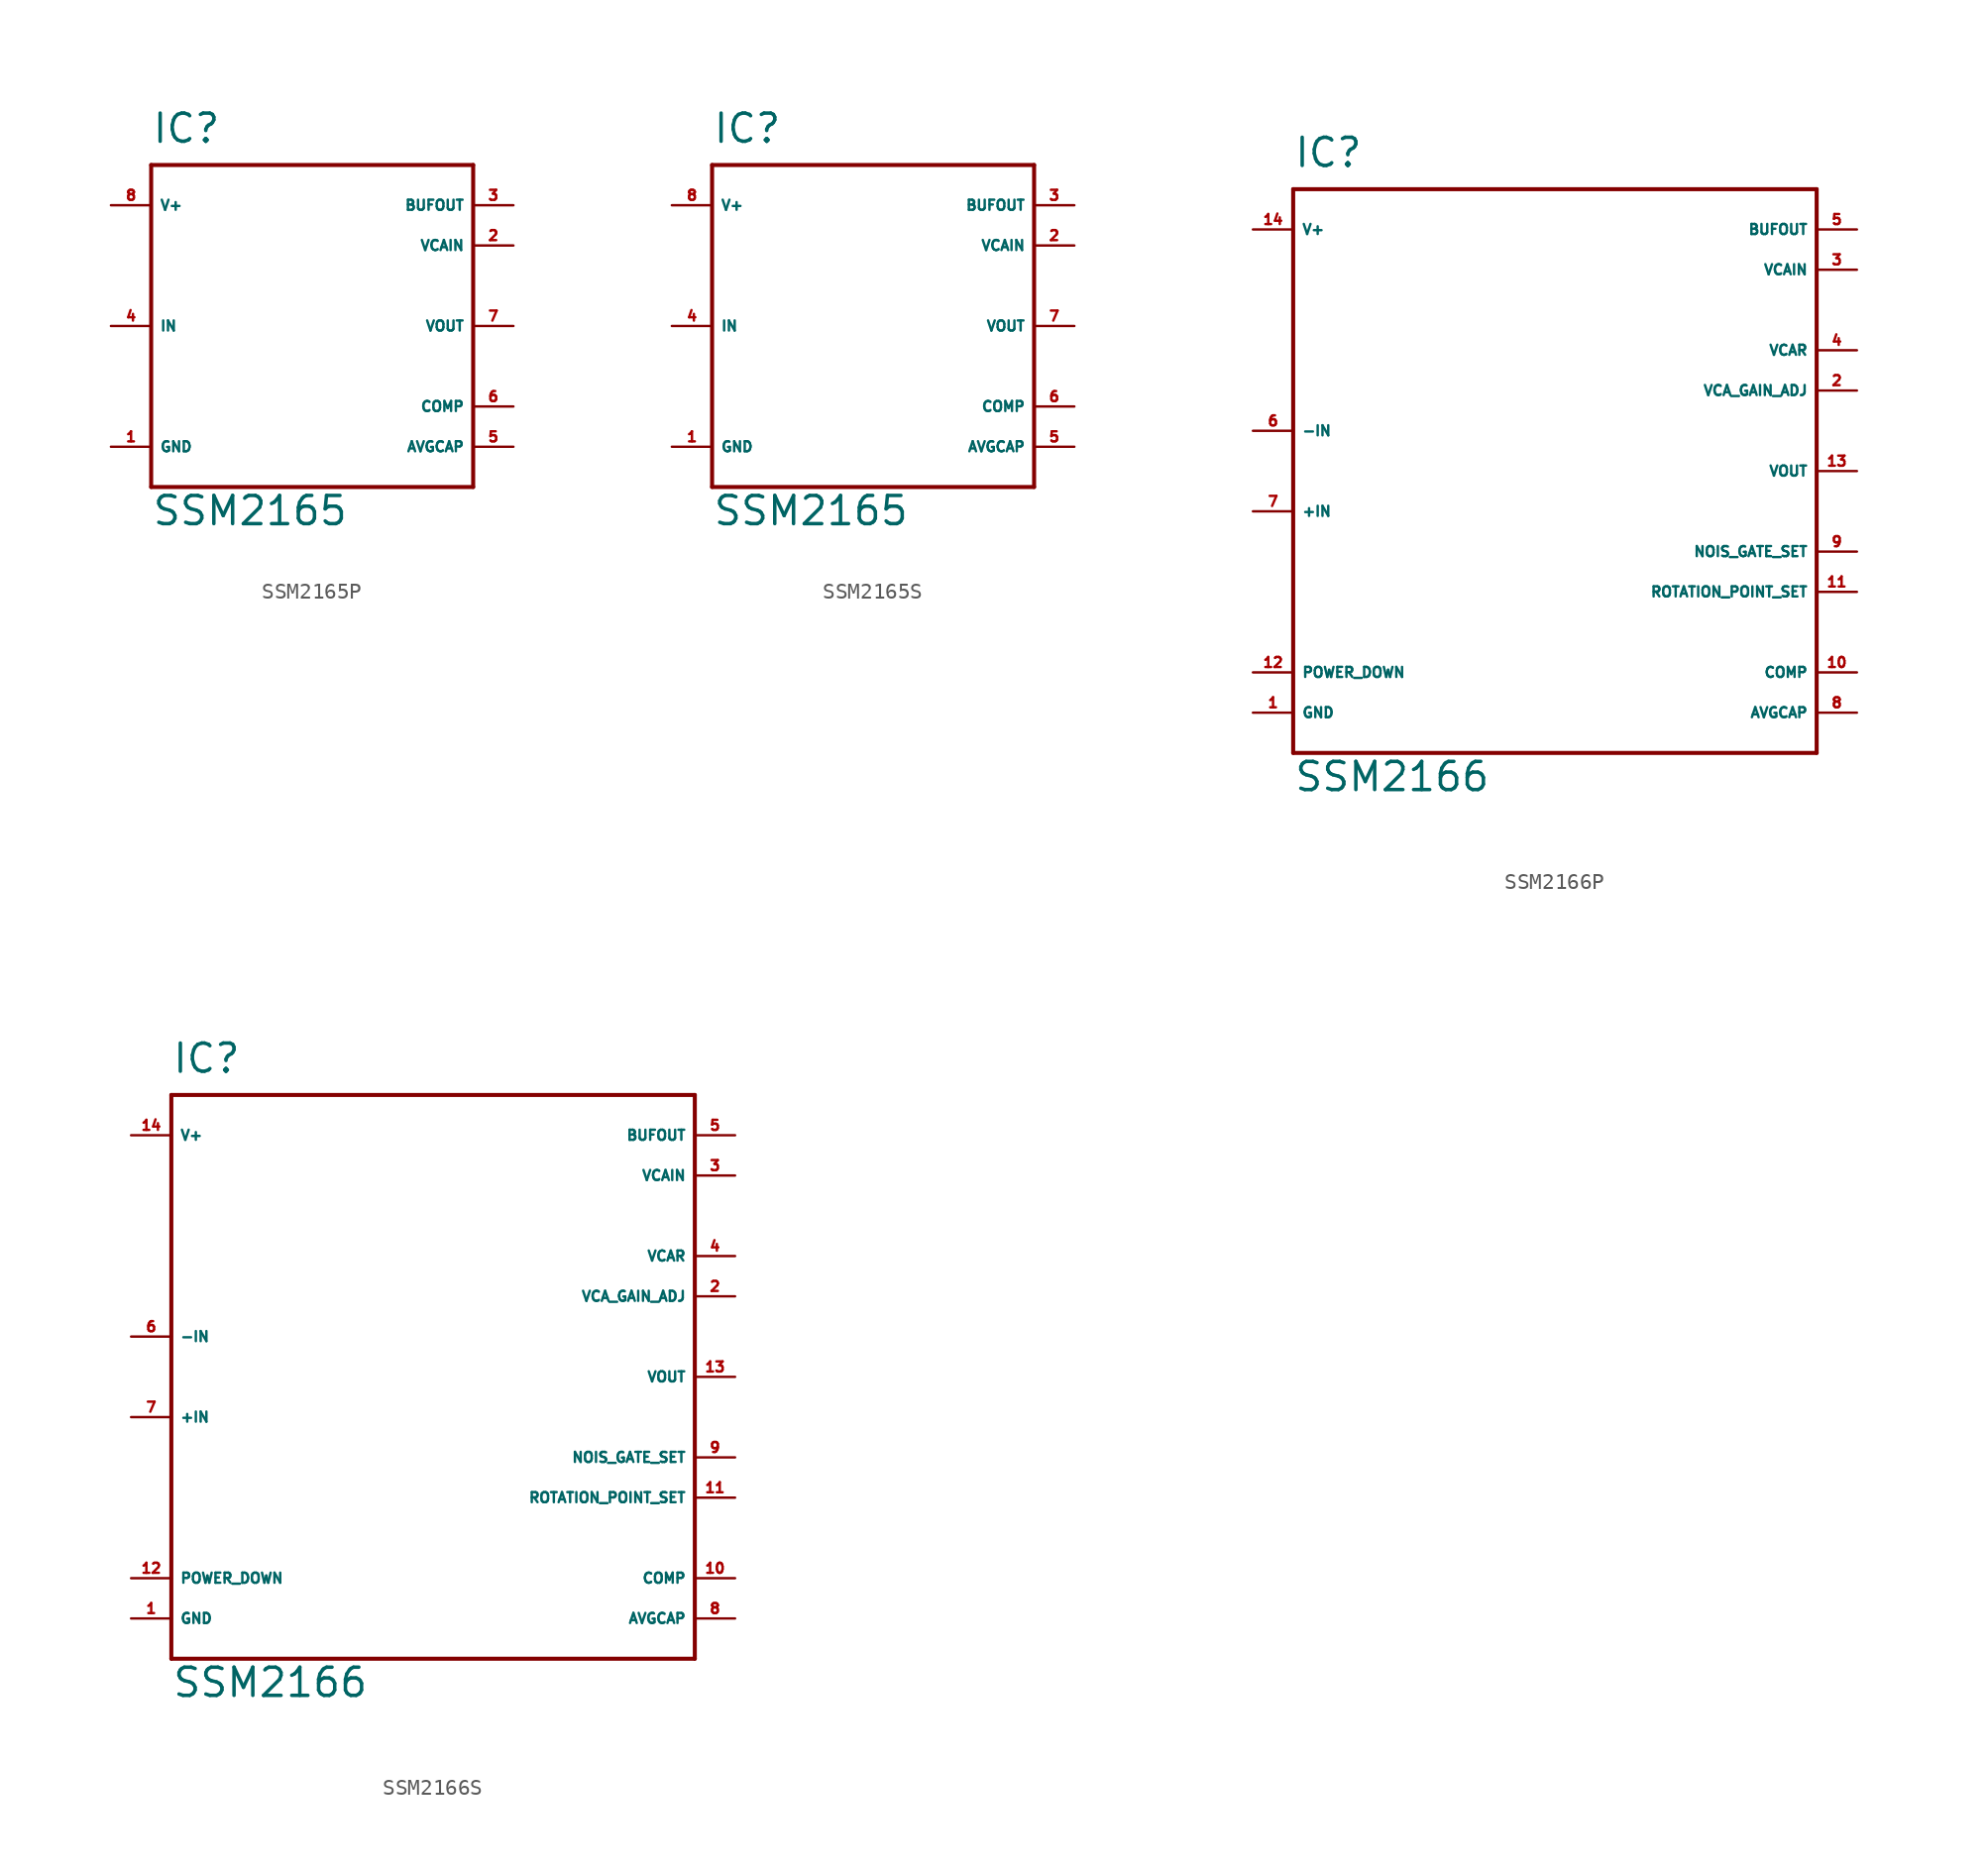
<source format=kicad_sym>
(kicad_symbol_lib
  (version 20220914)
  (generator Eagle2Kicad)
  (symbol "SSM2165P"
    (property "Reference" "IC"
      (at -7.62 11.43 0)
      (effects (font (size 1.778 1.778) (thickness 0.22)) (justify left bottom)))
    (property "Value" "SSM2165"
      (at -7.62 -12.7 0)
      (effects (font (size 1.778 1.778) (thickness 0.22)) (justify left bottom)))
    (polyline
      (pts (xy -7.62 10.16) (xy 12.7 10.16))
      (stroke (width 0.254) (type default))
      (fill (type none)))
    (polyline
      (pts (xy 12.7 10.16) (xy 12.7 -10.16))
      (stroke (width 0.254) (type default))
      (fill (type none)))
    (polyline
      (pts (xy 12.7 -10.16) (xy -7.62 -10.16))
      (stroke (width 0.254) (type default))
      (fill (type none)))
    (polyline
      (pts (xy -7.62 -10.16) (xy -7.62 10.16))
      (stroke (width 0.254) (type default))
      (fill (type none)))
    (pin input line
      (at -10.16 0 0)
      (length 2.54)
      (name "IN" (effects (font (size 0.635 0.635) (thickness 0.08)) (justify left bottom)))
      (number "4" (effects (font (size 0.635 0.635) (thickness 0.08)) (justify left bottom))))
    (pin unspecified line
      (at -10.16 7.62 0)
      (length 2.54)
      (name "V+" (effects (font (size 0.635 0.635) (thickness 0.08)) (justify left bottom)))
      (number "8" (effects (font (size 0.635 0.635) (thickness 0.08)) (justify left bottom))))
    (pin unspecified line
      (at -10.16 -7.62 0)
      (length 2.54)
      (name "GND" (effects (font (size 0.635 0.635) (thickness 0.08)) (justify left bottom)))
      (number "1" (effects (font (size 0.635 0.635) (thickness 0.08)) (justify left bottom))))
    (pin output line
      (at 15.24 7.62 180)
      (length 2.54)
      (name "BUFOUT" (effects (font (size 0.635 0.635) (thickness 0.08)) (justify left bottom)))
      (number "3" (effects (font (size 0.635 0.635) (thickness 0.08)) (justify left bottom))))
    (pin output line
      (at 15.24 0 180)
      (length 2.54)
      (name "VOUT" (effects (font (size 0.635 0.635) (thickness 0.08)) (justify left bottom)))
      (number "7" (effects (font (size 0.635 0.635) (thickness 0.08)) (justify left bottom))))
    (pin input line
      (at 15.24 5.08 180)
      (length 2.54)
      (name "VCAIN" (effects (font (size 0.635 0.635) (thickness 0.08)) (justify left bottom)))
      (number "2" (effects (font (size 0.635 0.635) (thickness 0.08)) (justify left bottom))))
    (pin passive line
      (at 15.24 -7.62 180)
      (length 2.54)
      (name "AVGCAP" (effects (font (size 0.635 0.635) (thickness 0.08)) (justify left bottom)))
      (number "5" (effects (font (size 0.635 0.635) (thickness 0.08)) (justify left bottom))))
    (pin passive line
      (at 15.24 -5.08 180)
      (length 2.54)
      (name "COMP" (effects (font (size 0.635 0.635) (thickness 0.08)) (justify left bottom)))
      (number "6" (effects (font (size 0.635 0.635) (thickness 0.08)) (justify left bottom)))))
  (symbol "SSM2165S"
    (property "Reference" "IC"
      (at -7.62 11.43 0)
      (effects (font (size 1.778 1.778) (thickness 0.22)) (justify left bottom)))
    (property "Value" "SSM2165"
      (at -7.62 -12.7 0)
      (effects (font (size 1.778 1.778) (thickness 0.22)) (justify left bottom)))
    (polyline
      (pts (xy -7.62 10.16) (xy 12.7 10.16))
      (stroke (width 0.254) (type default))
      (fill (type none)))
    (polyline
      (pts (xy 12.7 10.16) (xy 12.7 -10.16))
      (stroke (width 0.254) (type default))
      (fill (type none)))
    (polyline
      (pts (xy 12.7 -10.16) (xy -7.62 -10.16))
      (stroke (width 0.254) (type default))
      (fill (type none)))
    (polyline
      (pts (xy -7.62 -10.16) (xy -7.62 10.16))
      (stroke (width 0.254) (type default))
      (fill (type none)))
    (pin input line
      (at -10.16 0 0)
      (length 2.54)
      (name "IN" (effects (font (size 0.635 0.635) (thickness 0.08)) (justify left bottom)))
      (number "4" (effects (font (size 0.635 0.635) (thickness 0.08)) (justify left bottom))))
    (pin unspecified line
      (at -10.16 7.62 0)
      (length 2.54)
      (name "V+" (effects (font (size 0.635 0.635) (thickness 0.08)) (justify left bottom)))
      (number "8" (effects (font (size 0.635 0.635) (thickness 0.08)) (justify left bottom))))
    (pin unspecified line
      (at -10.16 -7.62 0)
      (length 2.54)
      (name "GND" (effects (font (size 0.635 0.635) (thickness 0.08)) (justify left bottom)))
      (number "1" (effects (font (size 0.635 0.635) (thickness 0.08)) (justify left bottom))))
    (pin output line
      (at 15.24 7.62 180)
      (length 2.54)
      (name "BUFOUT" (effects (font (size 0.635 0.635) (thickness 0.08)) (justify left bottom)))
      (number "3" (effects (font (size 0.635 0.635) (thickness 0.08)) (justify left bottom))))
    (pin output line
      (at 15.24 0 180)
      (length 2.54)
      (name "VOUT" (effects (font (size 0.635 0.635) (thickness 0.08)) (justify left bottom)))
      (number "7" (effects (font (size 0.635 0.635) (thickness 0.08)) (justify left bottom))))
    (pin input line
      (at 15.24 5.08 180)
      (length 2.54)
      (name "VCAIN" (effects (font (size 0.635 0.635) (thickness 0.08)) (justify left bottom)))
      (number "2" (effects (font (size 0.635 0.635) (thickness 0.08)) (justify left bottom))))
    (pin passive line
      (at 15.24 -7.62 180)
      (length 2.54)
      (name "AVGCAP" (effects (font (size 0.635 0.635) (thickness 0.08)) (justify left bottom)))
      (number "5" (effects (font (size 0.635 0.635) (thickness 0.08)) (justify left bottom))))
    (pin passive line
      (at 15.24 -5.08 180)
      (length 2.54)
      (name "COMP" (effects (font (size 0.635 0.635) (thickness 0.08)) (justify left bottom)))
      (number "6" (effects (font (size 0.635 0.635) (thickness 0.08)) (justify left bottom)))))
  (symbol "SSM2166P"
    (property "Reference" "IC"
      (at -15.24 19.05 0)
      (effects (font (size 1.778 1.778) (thickness 0.22)) (justify left bottom)))
    (property "Value" "SSM2166"
      (at -15.24 -20.32 0)
      (effects (font (size 1.778 1.778) (thickness 0.22)) (justify left bottom)))
    (polyline
      (pts (xy -15.24 17.78) (xy 17.78 17.78))
      (stroke (width 0.254) (type default))
      (fill (type none)))
    (polyline
      (pts (xy 17.78 17.78) (xy 17.78 -17.78))
      (stroke (width 0.254) (type default))
      (fill (type none)))
    (polyline
      (pts (xy 17.78 -17.78) (xy -15.24 -17.78))
      (stroke (width 0.254) (type default))
      (fill (type none)))
    (polyline
      (pts (xy -15.24 -17.78) (xy -15.24 17.78))
      (stroke (width 0.254) (type default))
      (fill (type none)))
    (pin input line
      (at -17.78 -2.54 0)
      (length 2.54)
      (name "+IN" (effects (font (size 0.635 0.635) (thickness 0.08)) (justify left bottom)))
      (number "7" (effects (font (size 0.635 0.635) (thickness 0.08)) (justify left bottom))))
    (pin unspecified line
      (at -17.78 15.24 0)
      (length 2.54)
      (name "V+" (effects (font (size 0.635 0.635) (thickness 0.08)) (justify left bottom)))
      (number "14" (effects (font (size 0.635 0.635) (thickness 0.08)) (justify left bottom))))
    (pin unspecified line
      (at -17.78 -15.24 0)
      (length 2.54)
      (name "GND" (effects (font (size 0.635 0.635) (thickness 0.08)) (justify left bottom)))
      (number "1" (effects (font (size 0.635 0.635) (thickness 0.08)) (justify left bottom))))
    (pin output line
      (at 20.32 15.24 180)
      (length 2.54)
      (name "BUFOUT" (effects (font (size 0.635 0.635) (thickness 0.08)) (justify left bottom)))
      (number "5" (effects (font (size 0.635 0.635) (thickness 0.08)) (justify left bottom))))
    (pin output line
      (at 20.32 0 180)
      (length 2.54)
      (name "VOUT" (effects (font (size 0.635 0.635) (thickness 0.08)) (justify left bottom)))
      (number "13" (effects (font (size 0.635 0.635) (thickness 0.08)) (justify left bottom))))
    (pin input line
      (at 20.32 12.7 180)
      (length 2.54)
      (name "VCAIN" (effects (font (size 0.635 0.635) (thickness 0.08)) (justify left bottom)))
      (number "3" (effects (font (size 0.635 0.635) (thickness 0.08)) (justify left bottom))))
    (pin passive line
      (at 20.32 -15.24 180)
      (length 2.54)
      (name "AVGCAP" (effects (font (size 0.635 0.635) (thickness 0.08)) (justify left bottom)))
      (number "8" (effects (font (size 0.635 0.635) (thickness 0.08)) (justify left bottom))))
    (pin passive line
      (at 20.32 -12.7 180)
      (length 2.54)
      (name "COMP" (effects (font (size 0.635 0.635) (thickness 0.08)) (justify left bottom)))
      (number "10" (effects (font (size 0.635 0.635) (thickness 0.08)) (justify left bottom))))
    (pin input line
      (at -17.78 2.54 0)
      (length 2.54)
      (name "-IN" (effects (font (size 0.635 0.635) (thickness 0.08)) (justify left bottom)))
      (number "6" (effects (font (size 0.635 0.635) (thickness 0.08)) (justify left bottom))))
    (pin input line
      (at 20.32 7.62 180)
      (length 2.54)
      (name "VCAR" (effects (font (size 0.635 0.635) (thickness 0.08)) (justify left bottom)))
      (number "4" (effects (font (size 0.635 0.635) (thickness 0.08)) (justify left bottom))))
    (pin input line
      (at 20.32 5.08 180)
      (length 2.54)
      (name "VCA_GAIN_ADJ" (effects (font (size 0.635 0.635) (thickness 0.08)) (justify left bottom)))
      (number "2" (effects (font (size 0.635 0.635) (thickness 0.08)) (justify left bottom))))
    (pin input line
      (at -17.78 -12.7 0)
      (length 2.54)
      (name "POWER_DOWN" (effects (font (size 0.635 0.635) (thickness 0.08)) (justify left bottom)))
      (number "12" (effects (font (size 0.635 0.635) (thickness 0.08)) (justify left bottom))))
    (pin passive line
      (at 20.32 -5.08 180)
      (length 2.54)
      (name "NOIS_GATE_SET" (effects (font (size 0.635 0.635) (thickness 0.08)) (justify left bottom)))
      (number "9" (effects (font (size 0.635 0.635) (thickness 0.08)) (justify left bottom))))
    (pin passive line
      (at 20.32 -7.62 180)
      (length 2.54)
      (name "ROTATION_POINT_SET" (effects (font (size 0.635 0.635) (thickness 0.08)) (justify left bottom)))
      (number "11" (effects (font (size 0.635 0.635) (thickness 0.08)) (justify left bottom)))))
  (symbol "SSM2166S"
    (property "Reference" "IC"
      (at -15.24 19.05 0)
      (effects (font (size 1.778 1.778) (thickness 0.22)) (justify left bottom)))
    (property "Value" "SSM2166"
      (at -15.24 -20.32 0)
      (effects (font (size 1.778 1.778) (thickness 0.22)) (justify left bottom)))
    (polyline
      (pts (xy -15.24 17.78) (xy 17.78 17.78))
      (stroke (width 0.254) (type default))
      (fill (type none)))
    (polyline
      (pts (xy 17.78 17.78) (xy 17.78 -17.78))
      (stroke (width 0.254) (type default))
      (fill (type none)))
    (polyline
      (pts (xy 17.78 -17.78) (xy -15.24 -17.78))
      (stroke (width 0.254) (type default))
      (fill (type none)))
    (polyline
      (pts (xy -15.24 -17.78) (xy -15.24 17.78))
      (stroke (width 0.254) (type default))
      (fill (type none)))
    (pin input line
      (at -17.78 -2.54 0)
      (length 2.54)
      (name "+IN" (effects (font (size 0.635 0.635) (thickness 0.08)) (justify left bottom)))
      (number "7" (effects (font (size 0.635 0.635) (thickness 0.08)) (justify left bottom))))
    (pin unspecified line
      (at -17.78 15.24 0)
      (length 2.54)
      (name "V+" (effects (font (size 0.635 0.635) (thickness 0.08)) (justify left bottom)))
      (number "14" (effects (font (size 0.635 0.635) (thickness 0.08)) (justify left bottom))))
    (pin unspecified line
      (at -17.78 -15.24 0)
      (length 2.54)
      (name "GND" (effects (font (size 0.635 0.635) (thickness 0.08)) (justify left bottom)))
      (number "1" (effects (font (size 0.635 0.635) (thickness 0.08)) (justify left bottom))))
    (pin output line
      (at 20.32 15.24 180)
      (length 2.54)
      (name "BUFOUT" (effects (font (size 0.635 0.635) (thickness 0.08)) (justify left bottom)))
      (number "5" (effects (font (size 0.635 0.635) (thickness 0.08)) (justify left bottom))))
    (pin output line
      (at 20.32 0 180)
      (length 2.54)
      (name "VOUT" (effects (font (size 0.635 0.635) (thickness 0.08)) (justify left bottom)))
      (number "13" (effects (font (size 0.635 0.635) (thickness 0.08)) (justify left bottom))))
    (pin input line
      (at 20.32 12.7 180)
      (length 2.54)
      (name "VCAIN" (effects (font (size 0.635 0.635) (thickness 0.08)) (justify left bottom)))
      (number "3" (effects (font (size 0.635 0.635) (thickness 0.08)) (justify left bottom))))
    (pin passive line
      (at 20.32 -15.24 180)
      (length 2.54)
      (name "AVGCAP" (effects (font (size 0.635 0.635) (thickness 0.08)) (justify left bottom)))
      (number "8" (effects (font (size 0.635 0.635) (thickness 0.08)) (justify left bottom))))
    (pin passive line
      (at 20.32 -12.7 180)
      (length 2.54)
      (name "COMP" (effects (font (size 0.635 0.635) (thickness 0.08)) (justify left bottom)))
      (number "10" (effects (font (size 0.635 0.635) (thickness 0.08)) (justify left bottom))))
    (pin input line
      (at -17.78 2.54 0)
      (length 2.54)
      (name "-IN" (effects (font (size 0.635 0.635) (thickness 0.08)) (justify left bottom)))
      (number "6" (effects (font (size 0.635 0.635) (thickness 0.08)) (justify left bottom))))
    (pin input line
      (at 20.32 7.62 180)
      (length 2.54)
      (name "VCAR" (effects (font (size 0.635 0.635) (thickness 0.08)) (justify left bottom)))
      (number "4" (effects (font (size 0.635 0.635) (thickness 0.08)) (justify left bottom))))
    (pin input line
      (at 20.32 5.08 180)
      (length 2.54)
      (name "VCA_GAIN_ADJ" (effects (font (size 0.635 0.635) (thickness 0.08)) (justify left bottom)))
      (number "2" (effects (font (size 0.635 0.635) (thickness 0.08)) (justify left bottom))))
    (pin input line
      (at -17.78 -12.7 0)
      (length 2.54)
      (name "POWER_DOWN" (effects (font (size 0.635 0.635) (thickness 0.08)) (justify left bottom)))
      (number "12" (effects (font (size 0.635 0.635) (thickness 0.08)) (justify left bottom))))
    (pin passive line
      (at 20.32 -5.08 180)
      (length 2.54)
      (name "NOIS_GATE_SET" (effects (font (size 0.635 0.635) (thickness 0.08)) (justify left bottom)))
      (number "9" (effects (font (size 0.635 0.635) (thickness 0.08)) (justify left bottom))))
    (pin passive line
      (at 20.32 -7.62 180)
      (length 2.54)
      (name "ROTATION_POINT_SET" (effects (font (size 0.635 0.635) (thickness 0.08)) (justify left bottom)))
      (number "11" (effects (font (size 0.635 0.635) (thickness 0.08)) (justify left bottom))))))
</source>
